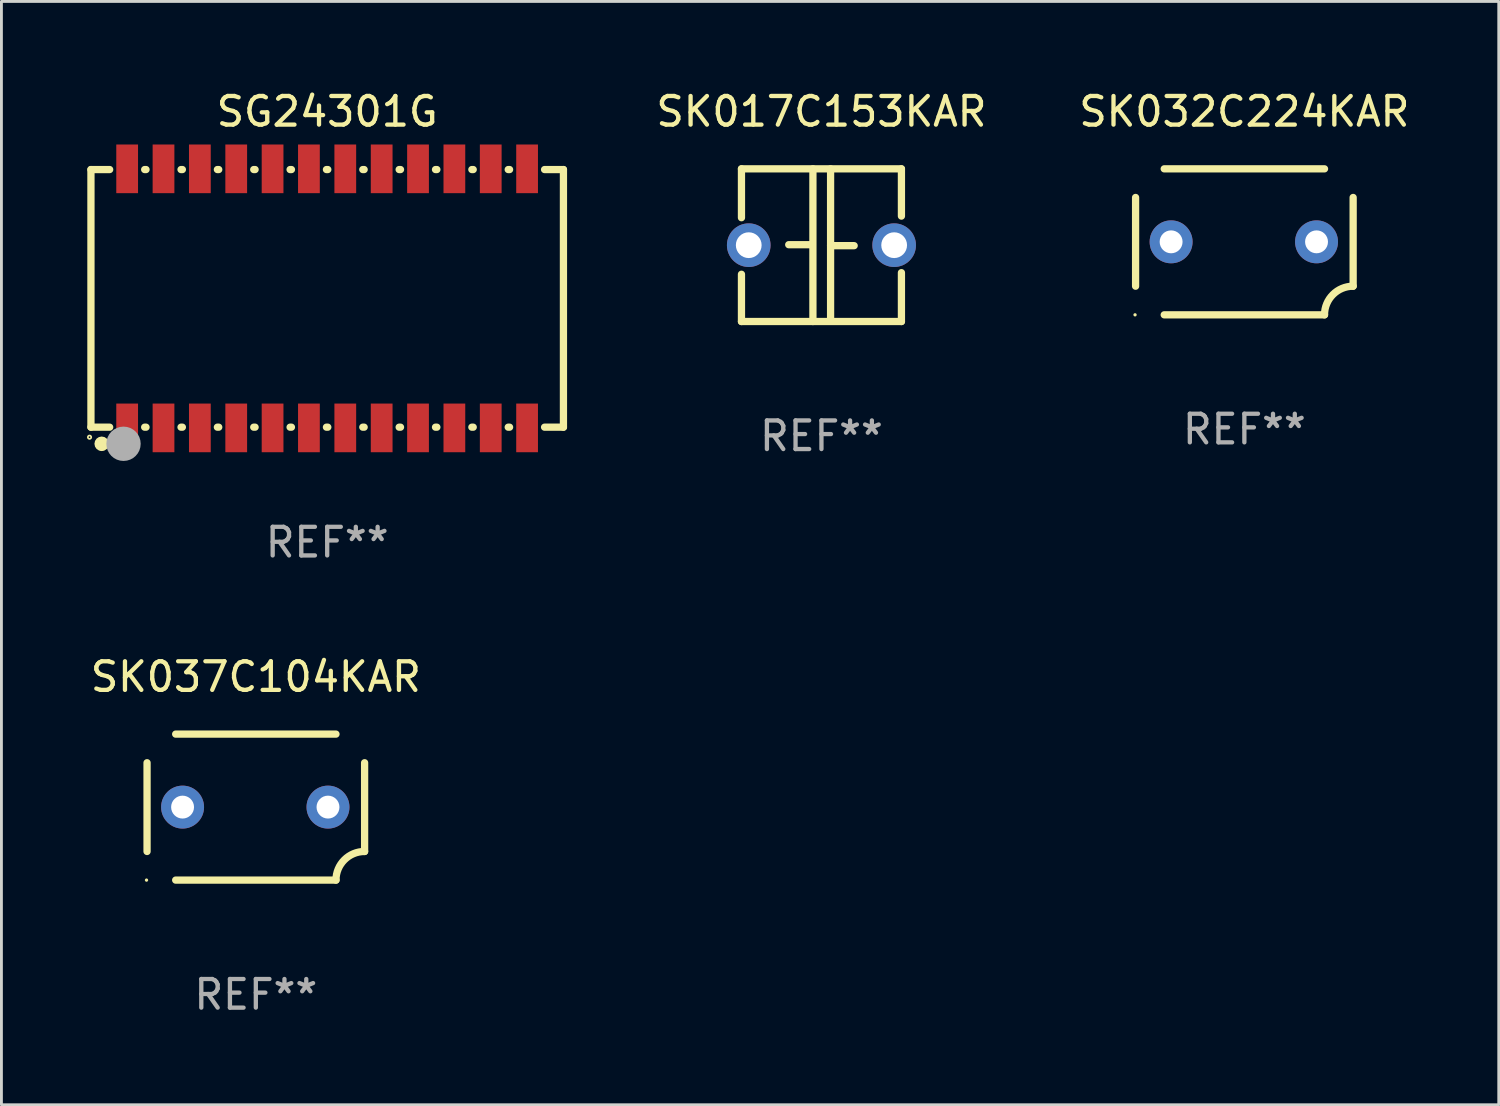
<source format=kicad_pcb>
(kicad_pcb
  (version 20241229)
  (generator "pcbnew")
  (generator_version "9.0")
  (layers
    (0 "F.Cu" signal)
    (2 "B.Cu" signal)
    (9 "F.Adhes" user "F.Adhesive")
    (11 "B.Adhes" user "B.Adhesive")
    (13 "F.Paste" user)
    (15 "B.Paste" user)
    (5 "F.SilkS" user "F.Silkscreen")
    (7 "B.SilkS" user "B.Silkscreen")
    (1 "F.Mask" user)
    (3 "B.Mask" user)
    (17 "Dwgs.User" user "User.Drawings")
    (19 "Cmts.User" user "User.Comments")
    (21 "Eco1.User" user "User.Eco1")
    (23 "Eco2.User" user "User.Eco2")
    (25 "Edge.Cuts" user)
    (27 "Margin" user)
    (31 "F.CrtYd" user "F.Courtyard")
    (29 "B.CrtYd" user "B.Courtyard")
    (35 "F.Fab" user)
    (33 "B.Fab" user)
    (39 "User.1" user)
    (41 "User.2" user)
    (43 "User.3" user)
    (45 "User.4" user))
  (footprint "SK032C224KAR"
    (layer "F.Cu")
    (at 40.42 5.398)
    (property "Reference" "SK032C224KAR" (at 0 -4.55 0) (layer "F.SilkS") (effects (font (size 1 1) (thickness 0.15))))
    (attr through_hole)
    (fp_line (start -3.8 1.55) (end -3.8 -1.55) (stroke (width 0.254) (type solid)) (layer "F.SilkS"))
    (fp_line (start -2.8 -2.55) (end 2.8 -2.55) (stroke (width 0.254) (type solid)) (layer "F.SilkS"))
    (fp_line (start 2.8 2.55) (end -2.8 2.55) (stroke (width 0.254) (type solid)) (layer "F.SilkS"))
    (fp_line (start 3.8 -1.55) (end 3.8 1.55) (stroke (width 0.254) (type solid)) (layer "F.SilkS"))
    (fp_arc (start 2.800038 2.549975) (mid 3.092931 1.842868) (end 3.800038 1.549975) (stroke (width 0.254001) (type solid)) (layer "F.SilkS"))
    (fp_circle (center -3.819 2.55) (end -3.789 2.55) (stroke (width 0.06) (type solid)) (fill no) (layer "F.SilkS"))
    (fp_text user "REF**" (at 0 6.55 0) (layer "F.Fab") (effects (font (size 1 1) (thickness 0.15))))
    (pad "1" thru_hole circle (at -2.559 -0.000013) (size 1.5 1.5) (drill 0.8) (layers "*.Cu" "*.Mask"))
    (pad "2" thru_hole circle (at 2.521 -0.000013) (size 1.5 1.5) (drill 0.8) (layers "*.Cu" "*.Mask")))
  (footprint "SG24301G"
    (layer "F.Cu")
    (at 8.38 7.373)
    (property "Reference" "SG24301G" (at 0 -6.525 0) (layer "F.SilkS") (effects (font (size 1 1) (thickness 0.15))))
    (attr through_hole)
    (fp_line (start -8.253 -4.5) (end -8.253 4.5) (stroke (width 0.254) (type solid)) (layer "F.SilkS"))
    (fp_line (start -8.253 -4.5) (end -7.599 -4.5) (stroke (width 0.254) (type solid)) (layer "F.SilkS"))
    (fp_line (start -8.253 4.5) (end -7.599 4.5) (stroke (width 0.254) (type solid)) (layer "F.SilkS"))
    (fp_line (start -6.376 -4.5) (end -6.329 -4.5) (stroke (width 0.254) (type solid)) (layer "F.SilkS"))
    (fp_line (start -6.376 4.5) (end -6.329 4.5) (stroke (width 0.254) (type solid)) (layer "F.SilkS"))
    (fp_line (start -5.106 -4.5) (end -5.059 -4.5) (stroke (width 0.254) (type solid)) (layer "F.SilkS"))
    (fp_line (start -5.106 4.5) (end -5.059 4.5) (stroke (width 0.254) (type solid)) (layer "F.SilkS"))
    (fp_line (start -3.836 -4.5) (end -3.789 -4.5) (stroke (width 0.254) (type solid)) (layer "F.SilkS"))
    (fp_line (start -3.836 4.5) (end -3.789 4.5) (stroke (width 0.254) (type solid)) (layer "F.SilkS"))
    (fp_line (start -2.566 -4.5) (end -2.519 -4.5) (stroke (width 0.254) (type solid)) (layer "F.SilkS"))
    (fp_line (start -2.566 4.5) (end -2.519 4.5) (stroke (width 0.254) (type solid)) (layer "F.SilkS"))
    (fp_line (start -1.296 -4.5) (end -1.249 -4.5) (stroke (width 0.254) (type solid)) (layer "F.SilkS"))
    (fp_line (start -1.296 4.5) (end -1.249 4.5) (stroke (width 0.254) (type solid)) (layer "F.SilkS"))
    (fp_line (start -0.026 -4.5) (end 0.021 -4.5) (stroke (width 0.254) (type solid)) (layer "F.SilkS"))
    (fp_line (start -0.026 4.5) (end 0.021 4.5) (stroke (width 0.254) (type solid)) (layer "F.SilkS"))
    (fp_line (start 1.244 -4.5) (end 1.291 -4.5) (stroke (width 0.254) (type solid)) (layer "F.SilkS"))
    (fp_line (start 1.244 4.5) (end 1.291 4.5) (stroke (width 0.254) (type solid)) (layer "F.SilkS"))
    (fp_line (start 2.514 -4.5) (end 2.561 -4.5) (stroke (width 0.254) (type solid)) (layer "F.SilkS"))
    (fp_line (start 2.514 4.5) (end 2.561 4.5) (stroke (width 0.254) (type solid)) (layer "F.SilkS"))
    (fp_line (start 3.784 -4.5) (end 3.831 -4.5) (stroke (width 0.254) (type solid)) (layer "F.SilkS"))
    (fp_line (start 3.784 4.5) (end 3.831 4.5) (stroke (width 0.254) (type solid)) (layer "F.SilkS"))
    (fp_line (start 5.054 -4.5) (end 5.101 -4.5) (stroke (width 0.254) (type solid)) (layer "F.SilkS"))
    (fp_line (start 5.054 4.5) (end 5.101 4.5) (stroke (width 0.254) (type solid)) (layer "F.SilkS"))
    (fp_line (start 6.324 -4.5) (end 6.371 -4.5) (stroke (width 0.254) (type solid)) (layer "F.SilkS"))
    (fp_line (start 6.324 4.5) (end 6.371 4.5) (stroke (width 0.254) (type solid)) (layer "F.SilkS"))
    (fp_line (start 7.594 -4.5) (end 8.253 -4.5) (stroke (width 0.254) (type solid)) (layer "F.SilkS"))
    (fp_line (start 7.594 4.5) (end 8.253 4.5) (stroke (width 0.254) (type solid)) (layer "F.SilkS"))
    (fp_line (start 8.253 4.5) (end 8.253 -4.5) (stroke (width 0.254) (type solid)) (layer "F.SilkS"))
    (fp_circle (center -8.302 4.85) (end -8.273 4.85) (stroke (width 0.06) (type solid)) (fill no) (layer "F.SilkS"))
    (fp_circle (center -7.877 5.08) (end -7.75 5.08) (stroke (width 0.254) (type solid)) (fill no) (layer "F.SilkS"))
    (fp_circle (center -7.115 5.08) (end -6.815 5.08) (stroke (width 0.6) (type solid)) (fill no) (layer "F.Fab"))
    (fp_text user "REF**" (at 0 8.525 0) (layer "F.Fab") (effects (font (size 1 1) (thickness 0.15))))
    (pad "1" smd rect (at -6.988 4.525) (size 0.76 1.7) (layers "F.Cu" "F.Mask" "F.Paste"))
    (pad "2" smd rect (at -5.718 4.525) (size 0.76 1.7) (layers "F.Cu" "F.Mask" "F.Paste"))
    (pad "3" smd rect (at -4.448 4.525) (size 0.76 1.7) (layers "F.Cu" "F.Mask" "F.Paste"))
    (pad "4" smd rect (at -3.178 4.525) (size 0.76 1.7) (layers "F.Cu" "F.Mask" "F.Paste"))
    (pad "5" smd rect (at -1.908 4.525) (size 0.76 1.7) (layers "F.Cu" "F.Mask" "F.Paste"))
    (pad "6" smd rect (at -0.638 4.525) (size 0.76 1.7) (layers "F.Cu" "F.Mask" "F.Paste"))
    (pad "7" smd rect (at 0.632 4.525) (size 0.76 1.7) (layers "F.Cu" "F.Mask" "F.Paste"))
    (pad "8" smd rect (at 1.903 4.525) (size 0.76 1.7) (layers "F.Cu" "F.Mask" "F.Paste"))
    (pad "9" smd rect (at 3.173 4.525) (size 0.76 1.7) (layers "F.Cu" "F.Mask" "F.Paste"))
    (pad "10" smd rect (at 4.443 4.525) (size 0.76 1.7) (layers "F.Cu" "F.Mask" "F.Paste"))
    (pad "11" smd rect (at 5.713 4.525) (size 0.76 1.7) (layers "F.Cu" "F.Mask" "F.Paste"))
    (pad "12" smd rect (at 6.983 4.525) (size 0.76 1.7) (layers "F.Cu" "F.Mask" "F.Paste"))
    (pad "13" smd rect (at 6.983 -4.525) (size 0.76 1.7) (layers "F.Cu" "F.Mask" "F.Paste"))
    (pad "14" smd rect (at 5.713 -4.525) (size 0.76 1.7) (layers "F.Cu" "F.Mask" "F.Paste"))
    (pad "15" smd rect (at 4.443 -4.525) (size 0.76 1.7) (layers "F.Cu" "F.Mask" "F.Paste"))
    (pad "16" smd rect (at 3.173 -4.525) (size 0.76 1.7) (layers "F.Cu" "F.Mask" "F.Paste"))
    (pad "17" smd rect (at 1.903 -4.525) (size 0.76 1.7) (layers "F.Cu" "F.Mask" "F.Paste"))
    (pad "18" smd rect (at 0.632 -4.525) (size 0.76 1.7) (layers "F.Cu" "F.Mask" "F.Paste"))
    (pad "19" smd rect (at -0.638 -4.525) (size 0.76 1.7) (layers "F.Cu" "F.Mask" "F.Paste"))
    (pad "20" smd rect (at -1.908 -4.525) (size 0.76 1.7) (layers "F.Cu" "F.Mask" "F.Paste"))
    (pad "21" smd rect (at -3.178 -4.525) (size 0.76 1.7) (layers "F.Cu" "F.Mask" "F.Paste"))
    (pad "22" smd rect (at -4.448 -4.525) (size 0.76 1.7) (layers "F.Cu" "F.Mask" "F.Paste"))
    (pad "23" smd rect (at -5.718 -4.525) (size 0.76 1.7) (layers "F.Cu" "F.Mask" "F.Paste"))
    (pad "24" smd rect (at -6.988 -4.525) (size 0.76 1.7) (layers "F.Cu" "F.Mask" "F.Paste")))
  (footprint "SK017C153KAR"
    (layer "F.Cu")
    (at 25.646 5.515)
    (property "Reference" "SK017C153KAR" (at 0 -4.667 0) (layer "F.SilkS") (effects (font (size 1 1) (thickness 0.15))))
    (attr through_hole)
    (fp_line (start -2.794 -2.667) (end -2.794 -0.96) (stroke (width 0.254) (type solid)) (layer "F.SilkS"))
    (fp_line (start -2.794 1.016) (end -2.794 2.667) (stroke (width 0.254) (type solid)) (layer "F.SilkS"))
    (fp_line (start -2.794 2.667) (end 2.794 2.667) (stroke (width 0.254) (type solid)) (layer "F.SilkS"))
    (fp_line (start -0.319 -0.017) (end -1.143 -0.017) (stroke (width 0.254) (type solid)) (layer "F.SilkS"))
    (fp_line (start -0.298 -2.667) (end -0.298 2.667) (stroke (width 0.254) (type solid)) (layer "F.SilkS"))
    (fp_line (start 0.319 -2.667) (end 0.319 2.54) (stroke (width 0.254) (type solid)) (layer "F.SilkS"))
    (fp_line (start 0.319 0.017) (end 1.143 0.017) (stroke (width 0.254) (type solid)) (layer "F.SilkS"))
    (fp_line (start 2.794 -2.667) (end -2.794 -2.667) (stroke (width 0.254) (type solid)) (layer "F.SilkS"))
    (fp_line (start 2.794 -1.016) (end 2.794 -2.667) (stroke (width 0.254) (type solid)) (layer "F.SilkS"))
    (fp_line (start 2.794 2.667) (end 2.794 0.96) (stroke (width 0.254) (type solid)) (layer "F.SilkS"))
    (fp_circle (center -2.79 2.55) (end -2.76 2.55) (stroke (width 0.06) (type solid)) (fill no) (layer "F.SilkS"))
    (fp_text user "REF**" (at 0 6.667 0) (layer "F.Fab") (effects (font (size 1 1) (thickness 0.15))))
    (pad "1" thru_hole circle (at -2.54 0) (size 1.524 1.524) (drill 0.9) (layers "*.Cu" "*.Mask"))
    (pad "2" thru_hole circle (at 2.54 0) (size 1.524 1.524) (drill 0.9) (layers "*.Cu" "*.Mask")))
  (footprint "SK037C104KAR"
    (layer "F.Cu")
    (at 5.887 25.145)
    (property "Reference" "SK037C104KAR" (at 0 -4.55 0) (layer "F.SilkS") (effects (font (size 1 1) (thickness 0.15))))
    (attr through_hole)
    (fp_line (start -3.8 1.55) (end -3.8 -1.55) (stroke (width 0.254) (type solid)) (layer "F.SilkS"))
    (fp_line (start -2.8 -2.55) (end 2.8 -2.55) (stroke (width 0.254) (type solid)) (layer "F.SilkS"))
    (fp_line (start 2.8 2.55) (end -2.8 2.55) (stroke (width 0.254) (type solid)) (layer "F.SilkS"))
    (fp_line (start 3.8 -1.55) (end 3.8 1.55) (stroke (width 0.254) (type solid)) (layer "F.SilkS"))
    (fp_arc (start 2.800038 2.549975) (mid 3.092931 1.842868) (end 3.800038 1.549975) (stroke (width 0.254001) (type solid)) (layer "F.SilkS"))
    (fp_circle (center -3.819 2.55) (end -3.789 2.55) (stroke (width 0.06) (type solid)) (fill no) (layer "F.SilkS"))
    (fp_text user "REF**" (at 0 6.55 0) (layer "F.Fab") (effects (font (size 1 1) (thickness 0.15))))
    (pad "1" thru_hole circle (at -2.559 -0.000013) (size 1.5 1.5) (drill 0.8) (layers "*.Cu" "*.Mask"))
    (pad "2" thru_hole circle (at 2.521 -0.000013) (size 1.5 1.5) (drill 0.8) (layers "*.Cu" "*.Mask")))
  (gr_rect
    (start -3 -3)
    (end 49.307 35.543)
    (stroke (width 0.1) (type default))
    (fill no)
    (layer "Edge.Cuts")))
</source>
